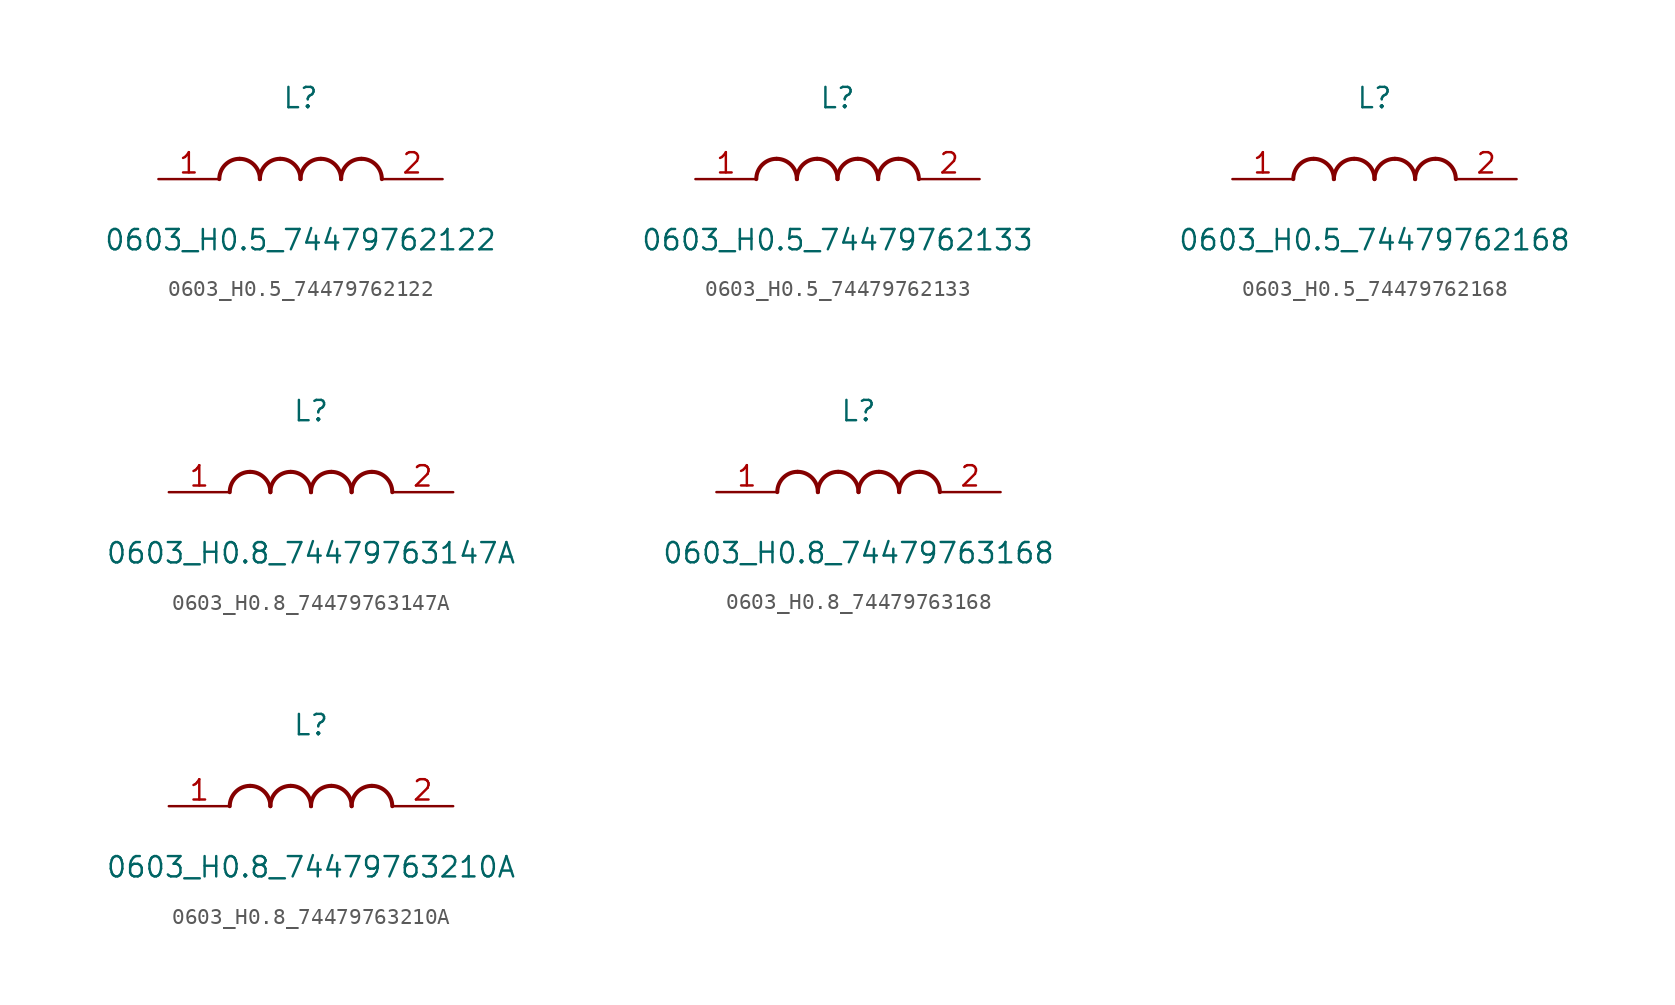
<source format=kicad_sym>
(kicad_symbol_lib
  (version 20211014)
  (generator kicad_symbol_editor)
  (symbol "Inductor_Wurth_WE-PMI:0603_H0.5_74479762122"
    (pin_names hide)
    (property "Reference" "L"
      (at 0 5.08 0)
      (effects (font (size 1.27 1.27))))
    (property "Value" "0603_H0.5_74479762122"
      (at 0 -3.81 0)
      (effects (font (size 1.27 1.27))))
    (symbol "0603_H0.5_74479762122_0_1"
      (arc (start -3.81 1.27) (mid -4.708 0.898) (end -5.08 0) (stroke (width 0.254) (type default) (color 0 0 0 0)) (fill (type none)))
      (arc (start -2.54 0) (mid -2.912 0.898) (end -3.81 1.27) (stroke (width 0.254) (type default) (color 0 0 0 0)) (fill (type none)))
      (arc (start -1.2699 1.2701) (mid -2.1679 0.8981) (end -2.5399 0.0001) (stroke (width 0.254) (type default) (color 0 0 0 0)) (fill (type none)))
      (arc (start 0.0001 0.0001) (mid -0.3719 0.8981) (end -1.2699 1.2701) (stroke (width 0.254) (type default) (color 0 0 0 0)) (fill (type none)))
      (arc (start 1.2701 1.2701) (mid 0.3721 0.8981) (end 0.0001 0.0001) (stroke (width 0.254) (type default) (color 0 0 0 0)) (fill (type none)))
      (arc (start 2.5401 0.0001) (mid 2.1681 0.8981) (end 1.2701 1.2701) (stroke (width 0.254) (type default) (color 0 0 0 0)) (fill (type none)))
      (arc (start 3.8101 1.2701) (mid 2.9121 0.8981) (end 2.5401 0.0001) (stroke (width 0.254) (type default) (color 0 0 0 0)) (fill (type none)))
      (arc (start 5.0801 0.0001) (mid 4.7081 0.8981) (end 3.8101 1.2701) (stroke (width 0.254) (type default) (color 0 0 0 0)) (fill (type none))))
    (symbol "0603_H0.5_74479762122_1_1"
      (pin passive line (at -8.89 0 0) (length 3.81) (name "1" (effects (font (size 1.27 1.27)))) (number "1" (effects (font (size 1.27 1.27)))))
      (pin passive line (at 8.89 0 180) (length 3.81) (name "2" (effects (font (size 1.27 1.27)))) (number "2" (effects (font (size 1.27 1.27)))))))
  (symbol "Inductor_Wurth_WE-PMI:0603_H0.5_74479762133"
    (pin_names hide)
    (property "Reference" "L"
      (at 0 5.08 0)
      (effects (font (size 1.27 1.27))))
    (property "Value" "0603_H0.5_74479762133"
      (at 0 -3.81 0)
      (effects (font (size 1.27 1.27))))
    (symbol "0603_H0.5_74479762133_0_1"
      (arc (start -3.81 1.27) (mid -4.708 0.898) (end -5.08 0) (stroke (width 0.254) (type default) (color 0 0 0 0)) (fill (type none)))
      (arc (start -2.54 0) (mid -2.912 0.898) (end -3.81 1.27) (stroke (width 0.254) (type default) (color 0 0 0 0)) (fill (type none)))
      (arc (start -1.2699 1.2701) (mid -2.1679 0.8981) (end -2.5399 0.0001) (stroke (width 0.254) (type default) (color 0 0 0 0)) (fill (type none)))
      (arc (start 0.0001 0.0001) (mid -0.3719 0.8981) (end -1.2699 1.2701) (stroke (width 0.254) (type default) (color 0 0 0 0)) (fill (type none)))
      (arc (start 1.2701 1.2701) (mid 0.3721 0.8981) (end 0.0001 0.0001) (stroke (width 0.254) (type default) (color 0 0 0 0)) (fill (type none)))
      (arc (start 2.5401 0.0001) (mid 2.1681 0.8981) (end 1.2701 1.2701) (stroke (width 0.254) (type default) (color 0 0 0 0)) (fill (type none)))
      (arc (start 3.8101 1.2701) (mid 2.9121 0.8981) (end 2.5401 0.0001) (stroke (width 0.254) (type default) (color 0 0 0 0)) (fill (type none)))
      (arc (start 5.0801 0.0001) (mid 4.7081 0.8981) (end 3.8101 1.2701) (stroke (width 0.254) (type default) (color 0 0 0 0)) (fill (type none))))
    (symbol "0603_H0.5_74479762133_1_1"
      (pin passive line (at -8.89 0 0) (length 3.81) (name "1" (effects (font (size 1.27 1.27)))) (number "1" (effects (font (size 1.27 1.27)))))
      (pin passive line (at 8.89 0 180) (length 3.81) (name "2" (effects (font (size 1.27 1.27)))) (number "2" (effects (font (size 1.27 1.27)))))))
  (symbol "Inductor_Wurth_WE-PMI:0603_H0.5_74479762168"
    (pin_names hide)
    (property "Reference" "L"
      (at 0 5.08 0)
      (effects (font (size 1.27 1.27))))
    (property "Value" "0603_H0.5_74479762168"
      (at 0 -3.81 0)
      (effects (font (size 1.27 1.27))))
    (symbol "0603_H0.5_74479762168_0_1"
      (arc (start -3.81 1.27) (mid -4.708 0.898) (end -5.08 0) (stroke (width 0.254) (type default) (color 0 0 0 0)) (fill (type none)))
      (arc (start -2.54 0) (mid -2.912 0.898) (end -3.81 1.27) (stroke (width 0.254) (type default) (color 0 0 0 0)) (fill (type none)))
      (arc (start -1.2699 1.2701) (mid -2.1679 0.8981) (end -2.5399 0.0001) (stroke (width 0.254) (type default) (color 0 0 0 0)) (fill (type none)))
      (arc (start 0.0001 0.0001) (mid -0.3719 0.8981) (end -1.2699 1.2701) (stroke (width 0.254) (type default) (color 0 0 0 0)) (fill (type none)))
      (arc (start 1.2701 1.2701) (mid 0.3721 0.8981) (end 0.0001 0.0001) (stroke (width 0.254) (type default) (color 0 0 0 0)) (fill (type none)))
      (arc (start 2.5401 0.0001) (mid 2.1681 0.8981) (end 1.2701 1.2701) (stroke (width 0.254) (type default) (color 0 0 0 0)) (fill (type none)))
      (arc (start 3.8101 1.2701) (mid 2.9121 0.8981) (end 2.5401 0.0001) (stroke (width 0.254) (type default) (color 0 0 0 0)) (fill (type none)))
      (arc (start 5.0801 0.0001) (mid 4.7081 0.8981) (end 3.8101 1.2701) (stroke (width 0.254) (type default) (color 0 0 0 0)) (fill (type none))))
    (symbol "0603_H0.5_74479762168_1_1"
      (pin passive line (at -8.89 0 0) (length 3.81) (name "1" (effects (font (size 1.27 1.27)))) (number "1" (effects (font (size 1.27 1.27)))))
      (pin passive line (at 8.89 0 180) (length 3.81) (name "2" (effects (font (size 1.27 1.27)))) (number "2" (effects (font (size 1.27 1.27)))))))
  (symbol "Inductor_Wurth_WE-PMI:0603_H0.8_74479763147A"
    (pin_names hide)
    (property "Reference" "L"
      (at 0 5.08 0)
      (effects (font (size 1.27 1.27))))
    (property "Value" "0603_H0.8_74479763147A"
      (at 0 -3.81 0)
      (effects (font (size 1.27 1.27))))
    (symbol "0603_H0.8_74479763147A_0_1"
      (arc (start -3.81 1.27) (mid -4.708 0.898) (end -5.08 0) (stroke (width 0.254) (type default) (color 0 0 0 0)) (fill (type none)))
      (arc (start -2.54 0) (mid -2.912 0.898) (end -3.81 1.27) (stroke (width 0.254) (type default) (color 0 0 0 0)) (fill (type none)))
      (arc (start -1.2699 1.2701) (mid -2.1679 0.8981) (end -2.5399 0.0001) (stroke (width 0.254) (type default) (color 0 0 0 0)) (fill (type none)))
      (arc (start 0.0001 0.0001) (mid -0.3719 0.8981) (end -1.2699 1.2701) (stroke (width 0.254) (type default) (color 0 0 0 0)) (fill (type none)))
      (arc (start 1.2701 1.2701) (mid 0.3721 0.8981) (end 0.0001 0.0001) (stroke (width 0.254) (type default) (color 0 0 0 0)) (fill (type none)))
      (arc (start 2.5401 0.0001) (mid 2.1681 0.8981) (end 1.2701 1.2701) (stroke (width 0.254) (type default) (color 0 0 0 0)) (fill (type none)))
      (arc (start 3.8101 1.2701) (mid 2.9121 0.8981) (end 2.5401 0.0001) (stroke (width 0.254) (type default) (color 0 0 0 0)) (fill (type none)))
      (arc (start 5.0801 0.0001) (mid 4.7081 0.8981) (end 3.8101 1.2701) (stroke (width 0.254) (type default) (color 0 0 0 0)) (fill (type none))))
    (symbol "0603_H0.8_74479763147A_1_1"
      (pin passive line (at -8.89 0 0) (length 3.81) (name "1" (effects (font (size 1.27 1.27)))) (number "1" (effects (font (size 1.27 1.27)))))
      (pin passive line (at 8.89 0 180) (length 3.81) (name "2" (effects (font (size 1.27 1.27)))) (number "2" (effects (font (size 1.27 1.27)))))))
  (symbol "Inductor_Wurth_WE-PMI:0603_H0.8_74479763168"
    (pin_names hide)
    (property "Reference" "L"
      (at 0 5.08 0)
      (effects (font (size 1.27 1.27))))
    (property "Value" "0603_H0.8_74479763168"
      (at 0 -3.81 0)
      (effects (font (size 1.27 1.27))))
    (symbol "0603_H0.8_74479763168_0_1"
      (arc (start -3.81 1.27) (mid -4.708 0.898) (end -5.08 0) (stroke (width 0.254) (type default) (color 0 0 0 0)) (fill (type none)))
      (arc (start -2.54 0) (mid -2.912 0.898) (end -3.81 1.27) (stroke (width 0.254) (type default) (color 0 0 0 0)) (fill (type none)))
      (arc (start -1.2699 1.2701) (mid -2.1679 0.8981) (end -2.5399 0.0001) (stroke (width 0.254) (type default) (color 0 0 0 0)) (fill (type none)))
      (arc (start 0.0001 0.0001) (mid -0.3719 0.8981) (end -1.2699 1.2701) (stroke (width 0.254) (type default) (color 0 0 0 0)) (fill (type none)))
      (arc (start 1.2701 1.2701) (mid 0.3721 0.8981) (end 0.0001 0.0001) (stroke (width 0.254) (type default) (color 0 0 0 0)) (fill (type none)))
      (arc (start 2.5401 0.0001) (mid 2.1681 0.8981) (end 1.2701 1.2701) (stroke (width 0.254) (type default) (color 0 0 0 0)) (fill (type none)))
      (arc (start 3.8101 1.2701) (mid 2.9121 0.8981) (end 2.5401 0.0001) (stroke (width 0.254) (type default) (color 0 0 0 0)) (fill (type none)))
      (arc (start 5.0801 0.0001) (mid 4.7081 0.8981) (end 3.8101 1.2701) (stroke (width 0.254) (type default) (color 0 0 0 0)) (fill (type none))))
    (symbol "0603_H0.8_74479763168_1_1"
      (pin passive line (at -8.89 0 0) (length 3.81) (name "1" (effects (font (size 1.27 1.27)))) (number "1" (effects (font (size 1.27 1.27)))))
      (pin passive line (at 8.89 0 180) (length 3.81) (name "2" (effects (font (size 1.27 1.27)))) (number "2" (effects (font (size 1.27 1.27)))))))
  (symbol "Inductor_Wurth_WE-PMI:0603_H0.8_74479763210A"
    (pin_names hide)
    (property "Reference" "L"
      (at 0 5.08 0)
      (effects (font (size 1.27 1.27))))
    (property "Value" "0603_H0.8_74479763210A"
      (at 0 -3.81 0)
      (effects (font (size 1.27 1.27))))
    (symbol "0603_H0.8_74479763210A_0_1"
      (arc (start -3.81 1.27) (mid -4.708 0.898) (end -5.08 0) (stroke (width 0.254) (type default) (color 0 0 0 0)) (fill (type none)))
      (arc (start -2.54 0) (mid -2.912 0.898) (end -3.81 1.27) (stroke (width 0.254) (type default) (color 0 0 0 0)) (fill (type none)))
      (arc (start -1.2699 1.2701) (mid -2.1679 0.8981) (end -2.5399 0.0001) (stroke (width 0.254) (type default) (color 0 0 0 0)) (fill (type none)))
      (arc (start 0.0001 0.0001) (mid -0.3719 0.8981) (end -1.2699 1.2701) (stroke (width 0.254) (type default) (color 0 0 0 0)) (fill (type none)))
      (arc (start 1.2701 1.2701) (mid 0.3721 0.8981) (end 0.0001 0.0001) (stroke (width 0.254) (type default) (color 0 0 0 0)) (fill (type none)))
      (arc (start 2.5401 0.0001) (mid 2.1681 0.8981) (end 1.2701 1.2701) (stroke (width 0.254) (type default) (color 0 0 0 0)) (fill (type none)))
      (arc (start 3.8101 1.2701) (mid 2.9121 0.8981) (end 2.5401 0.0001) (stroke (width 0.254) (type default) (color 0 0 0 0)) (fill (type none)))
      (arc (start 5.0801 0.0001) (mid 4.7081 0.8981) (end 3.8101 1.2701) (stroke (width 0.254) (type default) (color 0 0 0 0)) (fill (type none))))
    (symbol "0603_H0.8_74479763210A_1_1"
      (pin passive line (at -8.89 0 0) (length 3.81) (name "1" (effects (font (size 1.27 1.27)))) (number "1" (effects (font (size 1.27 1.27)))))
      (pin passive line (at 8.89 0 180) (length 3.81) (name "2" (effects (font (size 1.27 1.27)))) (number "2" (effects (font (size 1.27 1.27))))))))
</source>
